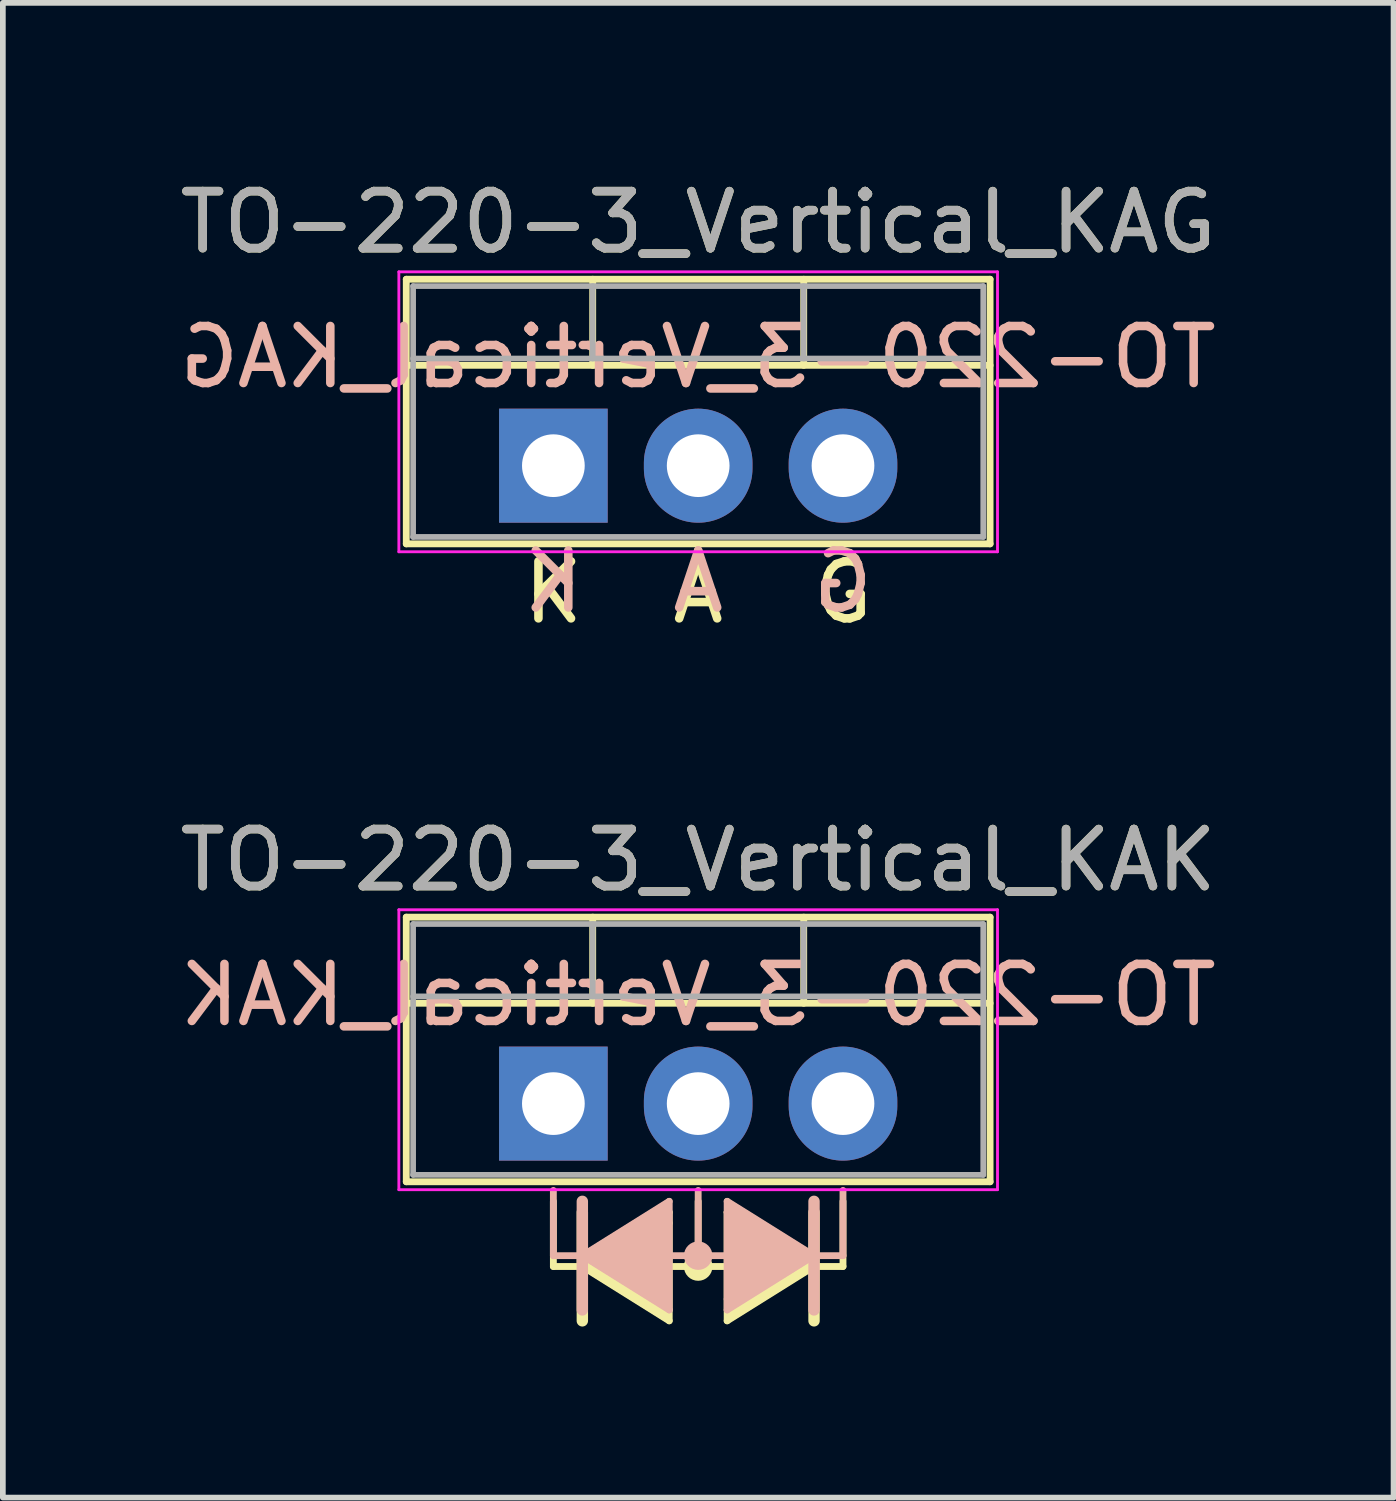
<source format=kicad_pcb>
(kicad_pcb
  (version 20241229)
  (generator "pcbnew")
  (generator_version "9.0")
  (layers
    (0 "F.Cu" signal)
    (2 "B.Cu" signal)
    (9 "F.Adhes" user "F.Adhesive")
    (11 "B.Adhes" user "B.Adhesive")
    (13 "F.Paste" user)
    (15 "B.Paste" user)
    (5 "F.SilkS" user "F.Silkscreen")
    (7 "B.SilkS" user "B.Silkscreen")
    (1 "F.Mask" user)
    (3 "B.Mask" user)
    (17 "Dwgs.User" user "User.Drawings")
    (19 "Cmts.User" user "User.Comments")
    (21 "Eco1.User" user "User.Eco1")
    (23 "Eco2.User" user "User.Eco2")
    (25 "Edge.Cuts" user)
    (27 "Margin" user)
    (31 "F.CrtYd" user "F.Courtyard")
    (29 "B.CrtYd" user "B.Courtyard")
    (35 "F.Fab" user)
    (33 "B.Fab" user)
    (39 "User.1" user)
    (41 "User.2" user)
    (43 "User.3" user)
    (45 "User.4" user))
  (footprint "TO-220-3_Vertical_KAG"
    (layer "F.Cu")
    (at 6.656 5.118)
    (property "Reference" "TO-220-3_Vertical_KAG" (at 2.54 -4.27 0) (layer "F.SilkS") (effects (font (size 1 1) (thickness 0.15))))
    (fp_line (start -2.58 -3.27) (end -2.58 1.371) (stroke (width 0.12) (type solid)) (layer "F.SilkS"))
    (fp_line (start -2.58 -3.27) (end 7.66 -3.27) (stroke (width 0.12) (type solid)) (layer "F.SilkS"))
    (fp_line (start -2.58 -1.76) (end 7.66 -1.76) (stroke (width 0.12) (type solid)) (layer "F.SilkS"))
    (fp_line (start -2.58 1.371) (end 7.66 1.371) (stroke (width 0.12) (type solid)) (layer "F.SilkS"))
    (fp_line (start 0.69 -3.27) (end 0.69 -1.76) (stroke (width 0.12) (type solid)) (layer "F.SilkS"))
    (fp_line (start 4.391 -3.27) (end 4.391 -1.76) (stroke (width 0.12) (type solid)) (layer "F.SilkS"))
    (fp_line (start 7.66 -3.27) (end 7.66 1.371) (stroke (width 0.12) (type solid)) (layer "F.SilkS"))
    (fp_line (start -2.71 -3.4) (end -2.71 1.51) (stroke (width 0.05) (type solid)) (layer "F.CrtYd"))
    (fp_line (start -2.71 1.51) (end 7.79 1.51) (stroke (width 0.05) (type solid)) (layer "F.CrtYd"))
    (fp_line (start 7.79 -3.4) (end -2.71 -3.4) (stroke (width 0.05) (type solid)) (layer "F.CrtYd"))
    (fp_line (start 7.79 1.51) (end 7.79 -3.4) (stroke (width 0.05) (type solid)) (layer "F.CrtYd"))
    (fp_line (start -2.46 -3.15) (end -2.46 1.25) (stroke (width 0.1) (type solid)) (layer "F.Fab"))
    (fp_line (start -2.46 -1.88) (end 7.54 -1.88) (stroke (width 0.1) (type solid)) (layer "F.Fab"))
    (fp_line (start -2.46 1.25) (end 7.54 1.25) (stroke (width 0.1) (type solid)) (layer "F.Fab"))
    (fp_line (start 0.69 -3.15) (end 0.69 -1.88) (stroke (width 0.1) (type solid)) (layer "F.Fab"))
    (fp_line (start 4.39 -3.15) (end 4.39 -1.88) (stroke (width 0.1) (type solid)) (layer "F.Fab"))
    (fp_line (start 7.54 -3.15) (end -2.46 -3.15) (stroke (width 0.1) (type solid)) (layer "F.Fab"))
    (fp_line (start 7.54 1.25) (end 7.54 -3.15) (stroke (width 0.1) (type solid)) (layer "F.Fab"))
    (fp_text user "G" (at 5.08 2.223 0) (unlocked yes) (layer "F.SilkS") (effects (font (size 1 1) (thickness 0.15))))
    (fp_text user "K" (at 0 2.223 0) (unlocked yes) (layer "F.SilkS") (effects (font (size 1 1) (thickness 0.15))))
    (fp_text user "A" (at 2.54 2.223 0) (unlocked yes) (layer "F.SilkS") (effects (font (size 1 1) (thickness 0.15))))
    (fp_text user "G" (at 5.08 2.032 0) (unlocked yes) (layer "B.SilkS") (effects (font (size 1 1) (thickness 0.15)) (justify mirror)))
    (fp_text user "A" (at 2.54 2.032 0) (unlocked yes) (layer "B.SilkS") (effects (font (size 1 1) (thickness 0.15)) (justify mirror)))
    (fp_text user "${REFERENCE}" (at 2.54 -1.905 0) (layer "B.SilkS") (effects (font (size 1 1) (thickness 0.15)) (justify mirror)))
    (fp_text user "K" (at 0 2.032 0) (unlocked yes) (layer "B.SilkS") (effects (font (size 1 1) (thickness 0.15)) (justify mirror)))
    (fp_text user "${REFERENCE}" (at 2.54 -4.27 0) (layer "F.Fab") (effects (font (size 1 1) (thickness 0.15))))
    (pad "1" thru_hole rect (at 0 0) (size 1.905 2) (drill 1.1) (layers "*.Cu" "*.Mask"))
    (pad "2" thru_hole oval (at 2.54 0) (size 1.905 2) (drill 1.1) (layers "*.Cu" "*.Mask"))
    (pad "3" thru_hole oval (at 5.08 0) (size 1.905 2) (drill 1.1) (layers "*.Cu" "*.Mask")))
  (footprint "TO-220-3_Vertical_KAK"
    (layer "F.Cu")
    (at 6.656 16.307)
    (property "Reference" "TO-220-3_Vertical_KAK" (at 2.54 -4.27 0) (layer "F.SilkS") (effects (font (size 1 1) (thickness 0.15))))
    (fp_line (start -2.58 -3.27) (end -2.58 1.371) (stroke (width 0.12) (type solid)) (layer "F.SilkS"))
    (fp_line (start -2.58 -3.27) (end 7.66 -3.27) (stroke (width 0.12) (type solid)) (layer "F.SilkS"))
    (fp_line (start -2.58 -1.76) (end 7.66 -1.76) (stroke (width 0.12) (type solid)) (layer "F.SilkS"))
    (fp_line (start -2.58 1.371) (end 7.66 1.371) (stroke (width 0.12) (type solid)) (layer "F.SilkS"))
    (fp_line (start 0 1.714) (end 0 2.857) (stroke (width 0.12) (type solid)) (layer "F.SilkS"))
    (fp_line (start 0 2.857) (end 0.508 2.857) (stroke (width 0.12) (type solid)) (layer "F.SilkS"))
    (fp_line (start 0.508 1.905) (end 0.508 3.81) (stroke (width 0.2) (type solid)) (layer "F.SilkS"))
    (fp_line (start 0.508 2.857) (end 2.032 1.905) (stroke (width 0.12) (type solid)) (layer "F.SilkS"))
    (fp_line (start 0.508 2.857) (end 2.032 3.81) (stroke (width 0.12) (type solid)) (layer "F.SilkS"))
    (fp_line (start 0.69 -3.27) (end 0.69 -1.76) (stroke (width 0.12) (type solid)) (layer "F.SilkS"))
    (fp_line (start 2.032 2.095) (end 2.032 1.905) (stroke (width 0.12) (type solid)) (layer "F.SilkS"))
    (fp_line (start 2.032 3.619) (end 2.032 2.095) (stroke (width 0.12) (type solid)) (layer "F.SilkS"))
    (fp_line (start 2.032 3.619) (end 2.032 3.81) (stroke (width 0.12) (type solid)) (layer "F.SilkS"))
    (fp_line (start 2.54 1.714) (end 2.54 2.857) (stroke (width 0.12) (type solid)) (layer "F.SilkS"))
    (fp_line (start 2.54 2.857) (end 2.032 2.857) (stroke (width 0.12) (type solid)) (layer "F.SilkS"))
    (fp_line (start 2.54 2.857) (end 3.048 2.857) (stroke (width 0.12) (type solid)) (layer "F.SilkS"))
    (fp_line (start 3.048 1.905) (end 3.048 3.81) (stroke (width 0.12) (type solid)) (layer "F.SilkS"))
    (fp_line (start 3.048 3.81) (end 4.572 2.857) (stroke (width 0.12) (type solid)) (layer "F.SilkS"))
    (fp_line (start 4.391 -3.27) (end 4.391 -1.76) (stroke (width 0.12) (type solid)) (layer "F.SilkS"))
    (fp_line (start 4.572 2.857) (end 3.048 1.905) (stroke (width 0.12) (type solid)) (layer "F.SilkS"))
    (fp_line (start 4.572 3.81) (end 4.572 1.905) (stroke (width 0.2) (type solid)) (layer "F.SilkS"))
    (fp_line (start 5.08 1.714) (end 5.08 2.857) (stroke (width 0.12) (type solid)) (layer "F.SilkS"))
    (fp_line (start 5.08 2.857) (end 4.572 2.857) (stroke (width 0.12) (type solid)) (layer "F.SilkS"))
    (fp_line (start 7.66 -3.27) (end 7.66 1.371) (stroke (width 0.12) (type solid)) (layer "F.SilkS"))
    (fp_circle (center 2.54 2.857) (end 2.54 2.921) (stroke (width 0.12) (type solid)) (fill no) (layer "F.SilkS"))
    (fp_circle (center 2.54 2.857) (end 2.54 2.985) (stroke (width 0.12) (type solid)) (fill no) (layer "F.SilkS"))
    (fp_circle (center 2.54 2.857) (end 2.54 3.048) (stroke (width 0.12) (type solid)) (fill no) (layer "F.SilkS"))
    (fp_poly (pts (xy 0.508 2.857) (xy 2.032 1.905) (xy 2.032 3.81)) (stroke (width 0.1) (type solid)) (fill yes) (layer "F.SilkS"))
    (fp_poly (pts (xy 3.048 1.905) (xy 4.572 2.857) (xy 3.048 3.81)) (stroke (width 0.1) (type solid)) (fill yes) (layer "F.SilkS"))
    (fp_line (start 0 1.524) (end 0 2.667) (stroke (width 0.12) (type solid)) (layer "B.SilkS"))
    (fp_line (start 0 2.667) (end 0.508 2.667) (stroke (width 0.12) (type solid)) (layer "B.SilkS"))
    (fp_line (start 0.508 2.667) (end 2.032 1.714) (stroke (width 0.12) (type solid)) (layer "B.SilkS"))
    (fp_line (start 0.508 3.619) (end 0.508 1.714) (stroke (width 0.2) (type solid)) (layer "B.SilkS"))
    (fp_line (start 2.032 1.714) (end 2.032 3.619) (stroke (width 0.12) (type solid)) (layer "B.SilkS"))
    (fp_line (start 2.032 3.619) (end 0.508 2.667) (stroke (width 0.12) (type solid)) (layer "B.SilkS"))
    (fp_line (start 2.54 1.524) (end 2.54 2.667) (stroke (width 0.12) (type solid)) (layer "B.SilkS"))
    (fp_line (start 2.54 2.667) (end 2.032 2.667) (stroke (width 0.12) (type solid)) (layer "B.SilkS"))
    (fp_line (start 2.54 2.667) (end 3.048 2.667) (stroke (width 0.12) (type solid)) (layer "B.SilkS"))
    (fp_line (start 3.048 1.905) (end 3.048 1.714) (stroke (width 0.12) (type solid)) (layer "B.SilkS"))
    (fp_line (start 3.048 3.429) (end 3.048 1.905) (stroke (width 0.12) (type solid)) (layer "B.SilkS"))
    (fp_line (start 3.048 3.429) (end 3.048 3.619) (stroke (width 0.12) (type solid)) (layer "B.SilkS"))
    (fp_line (start 4.572 1.714) (end 4.572 3.619) (stroke (width 0.2) (type solid)) (layer "B.SilkS"))
    (fp_line (start 4.572 2.667) (end 3.048 1.714) (stroke (width 0.12) (type solid)) (layer "B.SilkS"))
    (fp_line (start 4.572 2.667) (end 3.048 3.619) (stroke (width 0.12) (type solid)) (layer "B.SilkS"))
    (fp_line (start 5.08 1.524) (end 5.08 2.667) (stroke (width 0.12) (type solid)) (layer "B.SilkS"))
    (fp_line (start 5.08 2.667) (end 4.572 2.667) (stroke (width 0.12) (type solid)) (layer "B.SilkS"))
    (fp_circle (center 2.54 2.667) (end 2.54 2.731) (stroke (width 0.12) (type solid)) (fill no) (layer "B.SilkS"))
    (fp_circle (center 2.54 2.667) (end 2.54 2.794) (stroke (width 0.12) (type solid)) (fill no) (layer "B.SilkS"))
    (fp_circle (center 2.54 2.667) (end 2.54 2.857) (stroke (width 0.12) (type solid)) (fill no) (layer "B.SilkS"))
    (fp_poly (pts (xy 2.032 1.714) (xy 0.508 2.667) (xy 2.032 3.619)) (stroke (width 0.1) (type solid)) (fill yes) (layer "B.SilkS"))
    (fp_poly (pts (xy 4.572 2.667) (xy 3.048 1.714) (xy 3.048 3.619)) (stroke (width 0.1) (type solid)) (fill yes) (layer "B.SilkS"))
    (fp_line (start -2.71 -3.4) (end -2.71 1.51) (stroke (width 0.05) (type solid)) (layer "F.CrtYd"))
    (fp_line (start -2.71 1.51) (end 7.79 1.51) (stroke (width 0.05) (type solid)) (layer "F.CrtYd"))
    (fp_line (start 7.79 -3.4) (end -2.71 -3.4) (stroke (width 0.05) (type solid)) (layer "F.CrtYd"))
    (fp_line (start 7.79 1.51) (end 7.79 -3.4) (stroke (width 0.05) (type solid)) (layer "F.CrtYd"))
    (fp_line (start -2.46 -3.15) (end -2.46 1.25) (stroke (width 0.1) (type solid)) (layer "F.Fab"))
    (fp_line (start -2.46 -1.88) (end 7.54 -1.88) (stroke (width 0.1) (type solid)) (layer "F.Fab"))
    (fp_line (start -2.46 1.25) (end 7.54 1.25) (stroke (width 0.1) (type solid)) (layer "F.Fab"))
    (fp_line (start 0.69 -3.15) (end 0.69 -1.88) (stroke (width 0.1) (type solid)) (layer "F.Fab"))
    (fp_line (start 4.39 -3.15) (end 4.39 -1.88) (stroke (width 0.1) (type solid)) (layer "F.Fab"))
    (fp_line (start 7.54 -3.15) (end -2.46 -3.15) (stroke (width 0.1) (type solid)) (layer "F.Fab"))
    (fp_line (start 7.54 1.25) (end 7.54 -3.15) (stroke (width 0.1) (type solid)) (layer "F.Fab"))
    (fp_text user "${REFERENCE}" (at 2.54 -1.905 0) (layer "B.SilkS") (effects (font (size 1 1) (thickness 0.15)) (justify mirror)))
    (fp_text user "${REFERENCE}" (at 2.54 -4.27 0) (layer "F.Fab") (effects (font (size 1 1) (thickness 0.15))))
    (pad "1" thru_hole rect (at 0 0) (size 1.905 2) (drill 1.1) (layers "*.Cu" "*.Mask"))
    (pad "2" thru_hole oval (at 2.54 0) (size 1.905 2) (drill 1.1) (layers "*.Cu" "*.Mask"))
    (pad "3" thru_hole oval (at 5.08 0) (size 1.905 2) (drill 1.1) (layers "*.Cu" "*.Mask")))
  (gr_rect
    (start -3 -3)
    (end 21.393 23.217)
    (stroke (width 0.1) (type default))
    (fill no)
    (layer "Edge.Cuts")))
</source>
